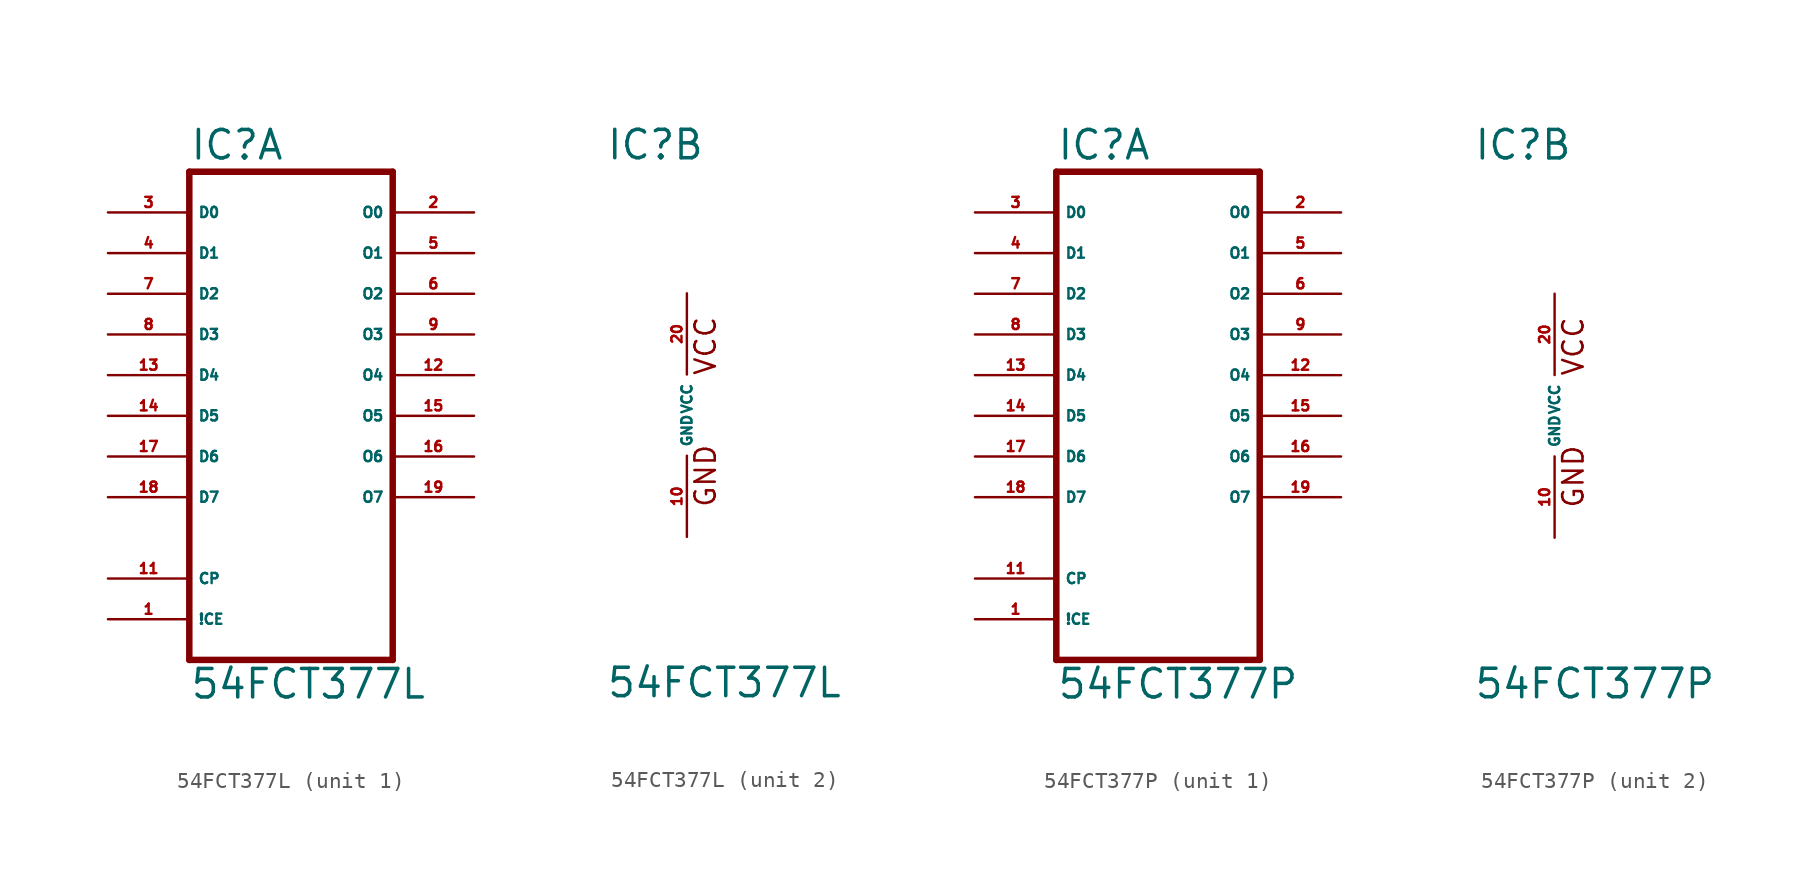
<source format=kicad_sym>
(kicad_symbol_lib
  (version 20220914)
  (generator Eagle2Kicad)
  (symbol "54FCT377L"
    (property "Reference" "IC"
      (at -5.08 15.875 0)
      (effects (font (size 1.778 1.778) (thickness 0.22)) (justify left bottom)))
    (property "Value" "54FCT377L"
      (at -5.08 -17.78 0)
      (effects (font (size 1.778 1.778) (thickness 0.22)) (justify left bottom)))
    (symbol "54FCT377L_1_0"
      (polyline (pts (xy -5.08 -15.24) (xy 7.62 -15.24)) (stroke (width 0.406) (type default)) (fill (type none)))
      (polyline (pts (xy 7.62 -15.24) (xy 7.62 15.24)) (stroke (width 0.406) (type default)) (fill (type none)))
      (polyline (pts (xy 7.62 15.24) (xy -5.08 15.24)) (stroke (width 0.406) (type default)) (fill (type none)))
      (polyline (pts (xy -5.08 15.24) (xy -5.08 -15.24)) (stroke (width 0.406) (type default)) (fill (type none)))
      (pin input line (at -10.16 12.7 0) (length 5.08) (name "D0" (effects (font (size 0.635 0.635) (thickness 0.08)) (justify left bottom))) (number "3" (effects (font (size 0.635 0.635) (thickness 0.08)) (justify left bottom))))
      (pin input line (at -10.16 10.16 0) (length 5.08) (name "D1" (effects (font (size 0.635 0.635) (thickness 0.08)) (justify left bottom))) (number "4" (effects (font (size 0.635 0.635) (thickness 0.08)) (justify left bottom))))
      (pin input line (at -10.16 7.62 0) (length 5.08) (name "D2" (effects (font (size 0.635 0.635) (thickness 0.08)) (justify left bottom))) (number "7" (effects (font (size 0.635 0.635) (thickness 0.08)) (justify left bottom))))
      (pin input line (at -10.16 5.08 0) (length 5.08) (name "D3" (effects (font (size 0.635 0.635) (thickness 0.08)) (justify left bottom))) (number "8" (effects (font (size 0.635 0.635) (thickness 0.08)) (justify left bottom))))
      (pin input line (at -10.16 2.54 0) (length 5.08) (name "D4" (effects (font (size 0.635 0.635) (thickness 0.08)) (justify left bottom))) (number "13" (effects (font (size 0.635 0.635) (thickness 0.08)) (justify left bottom))))
      (pin input line (at -10.16 0 0) (length 5.08) (name "D5" (effects (font (size 0.635 0.635) (thickness 0.08)) (justify left bottom))) (number "14" (effects (font (size 0.635 0.635) (thickness 0.08)) (justify left bottom))))
      (pin input line (at -10.16 -2.54 0) (length 5.08) (name "D6" (effects (font (size 0.635 0.635) (thickness 0.08)) (justify left bottom))) (number "17" (effects (font (size 0.635 0.635) (thickness 0.08)) (justify left bottom))))
      (pin input line (at -10.16 -5.08 0) (length 5.08) (name "D7" (effects (font (size 0.635 0.635) (thickness 0.08)) (justify left bottom))) (number "18" (effects (font (size 0.635 0.635) (thickness 0.08)) (justify left bottom))))
      (pin input line (at -10.16 -10.16 0) (length 5.08) (name "CP" (effects (font (size 0.635 0.635) (thickness 0.08)) (justify left bottom))) (number "11" (effects (font (size 0.635 0.635) (thickness 0.08)) (justify left bottom))))
      (pin input line (at -10.16 -12.7 0) (length 5.08) (name "!CE" (effects (font (size 0.635 0.635) (thickness 0.08)) (justify left bottom))) (number "1" (effects (font (size 0.635 0.635) (thickness 0.08)) (justify left bottom))))
      (pin output line (at 12.7 12.7 180) (length 5.08) (name "O0" (effects (font (size 0.635 0.635) (thickness 0.08)) (justify left bottom))) (number "2" (effects (font (size 0.635 0.635) (thickness 0.08)) (justify left bottom))))
      (pin output line (at 12.7 10.16 180) (length 5.08) (name "O1" (effects (font (size 0.635 0.635) (thickness 0.08)) (justify left bottom))) (number "5" (effects (font (size 0.635 0.635) (thickness 0.08)) (justify left bottom))))
      (pin output line (at 12.7 7.62 180) (length 5.08) (name "O2" (effects (font (size 0.635 0.635) (thickness 0.08)) (justify left bottom))) (number "6" (effects (font (size 0.635 0.635) (thickness 0.08)) (justify left bottom))))
      (pin output line (at 12.7 5.08 180) (length 5.08) (name "O3" (effects (font (size 0.635 0.635) (thickness 0.08)) (justify left bottom))) (number "9" (effects (font (size 0.635 0.635) (thickness 0.08)) (justify left bottom))))
      (pin output line (at 12.7 2.54 180) (length 5.08) (name "O4" (effects (font (size 0.635 0.635) (thickness 0.08)) (justify left bottom))) (number "12" (effects (font (size 0.635 0.635) (thickness 0.08)) (justify left bottom))))
      (pin output line (at 12.7 0 180) (length 5.08) (name "O5" (effects (font (size 0.635 0.635) (thickness 0.08)) (justify left bottom))) (number "15" (effects (font (size 0.635 0.635) (thickness 0.08)) (justify left bottom))))
      (pin output line (at 12.7 -2.54 180) (length 5.08) (name "O6" (effects (font (size 0.635 0.635) (thickness 0.08)) (justify left bottom))) (number "16" (effects (font (size 0.635 0.635) (thickness 0.08)) (justify left bottom))))
      (pin output line (at 12.7 -5.08 180) (length 5.08) (name "O7" (effects (font (size 0.635 0.635) (thickness 0.08)) (justify left bottom))) (number "19" (effects (font (size 0.635 0.635) (thickness 0.08)) (justify left bottom)))))
    (symbol "54FCT377L_2_0"
      (text "GND" (at 1.905 -5.842 900) (effects (font (size 1.27 1.27) (thickness 0.16)) (justify left bottom)))
      (text "VCC" (at 1.905 2.413 900) (effects (font (size 1.27 1.27) (thickness 0.16)) (justify left bottom)))
      (pin unspecified line (at 0 7.62 270) (length 5.08) (name "VCC" (effects (font (size 0.635 0.635) (thickness 0.08)) (justify left bottom))) (number "20" (effects (font (size 0.635 0.635) (thickness 0.08)) (justify left bottom))))
      (pin unspecified line (at 0 -7.62 90) (length 5.08) (name "GND" (effects (font (size 0.635 0.635) (thickness 0.08)) (justify left bottom))) (number "10" (effects (font (size 0.635 0.635) (thickness 0.08)) (justify left bottom))))))
  (symbol "54FCT377P"
    (property "Reference" "IC"
      (at -5.08 15.875 0)
      (effects (font (size 1.778 1.778) (thickness 0.22)) (justify left bottom)))
    (property "Value" "54FCT377P"
      (at -5.08 -17.78 0)
      (effects (font (size 1.778 1.778) (thickness 0.22)) (justify left bottom)))
    (symbol "54FCT377P_1_0"
      (polyline (pts (xy -5.08 -15.24) (xy 7.62 -15.24)) (stroke (width 0.406) (type default)) (fill (type none)))
      (polyline (pts (xy 7.62 -15.24) (xy 7.62 15.24)) (stroke (width 0.406) (type default)) (fill (type none)))
      (polyline (pts (xy 7.62 15.24) (xy -5.08 15.24)) (stroke (width 0.406) (type default)) (fill (type none)))
      (polyline (pts (xy -5.08 15.24) (xy -5.08 -15.24)) (stroke (width 0.406) (type default)) (fill (type none)))
      (pin input line (at -10.16 12.7 0) (length 5.08) (name "D0" (effects (font (size 0.635 0.635) (thickness 0.08)) (justify left bottom))) (number "3" (effects (font (size 0.635 0.635) (thickness 0.08)) (justify left bottom))))
      (pin input line (at -10.16 10.16 0) (length 5.08) (name "D1" (effects (font (size 0.635 0.635) (thickness 0.08)) (justify left bottom))) (number "4" (effects (font (size 0.635 0.635) (thickness 0.08)) (justify left bottom))))
      (pin input line (at -10.16 7.62 0) (length 5.08) (name "D2" (effects (font (size 0.635 0.635) (thickness 0.08)) (justify left bottom))) (number "7" (effects (font (size 0.635 0.635) (thickness 0.08)) (justify left bottom))))
      (pin input line (at -10.16 5.08 0) (length 5.08) (name "D3" (effects (font (size 0.635 0.635) (thickness 0.08)) (justify left bottom))) (number "8" (effects (font (size 0.635 0.635) (thickness 0.08)) (justify left bottom))))
      (pin input line (at -10.16 2.54 0) (length 5.08) (name "D4" (effects (font (size 0.635 0.635) (thickness 0.08)) (justify left bottom))) (number "13" (effects (font (size 0.635 0.635) (thickness 0.08)) (justify left bottom))))
      (pin input line (at -10.16 0 0) (length 5.08) (name "D5" (effects (font (size 0.635 0.635) (thickness 0.08)) (justify left bottom))) (number "14" (effects (font (size 0.635 0.635) (thickness 0.08)) (justify left bottom))))
      (pin input line (at -10.16 -2.54 0) (length 5.08) (name "D6" (effects (font (size 0.635 0.635) (thickness 0.08)) (justify left bottom))) (number "17" (effects (font (size 0.635 0.635) (thickness 0.08)) (justify left bottom))))
      (pin input line (at -10.16 -5.08 0) (length 5.08) (name "D7" (effects (font (size 0.635 0.635) (thickness 0.08)) (justify left bottom))) (number "18" (effects (font (size 0.635 0.635) (thickness 0.08)) (justify left bottom))))
      (pin input line (at -10.16 -10.16 0) (length 5.08) (name "CP" (effects (font (size 0.635 0.635) (thickness 0.08)) (justify left bottom))) (number "11" (effects (font (size 0.635 0.635) (thickness 0.08)) (justify left bottom))))
      (pin input line (at -10.16 -12.7 0) (length 5.08) (name "!CE" (effects (font (size 0.635 0.635) (thickness 0.08)) (justify left bottom))) (number "1" (effects (font (size 0.635 0.635) (thickness 0.08)) (justify left bottom))))
      (pin output line (at 12.7 12.7 180) (length 5.08) (name "O0" (effects (font (size 0.635 0.635) (thickness 0.08)) (justify left bottom))) (number "2" (effects (font (size 0.635 0.635) (thickness 0.08)) (justify left bottom))))
      (pin output line (at 12.7 10.16 180) (length 5.08) (name "O1" (effects (font (size 0.635 0.635) (thickness 0.08)) (justify left bottom))) (number "5" (effects (font (size 0.635 0.635) (thickness 0.08)) (justify left bottom))))
      (pin output line (at 12.7 7.62 180) (length 5.08) (name "O2" (effects (font (size 0.635 0.635) (thickness 0.08)) (justify left bottom))) (number "6" (effects (font (size 0.635 0.635) (thickness 0.08)) (justify left bottom))))
      (pin output line (at 12.7 5.08 180) (length 5.08) (name "O3" (effects (font (size 0.635 0.635) (thickness 0.08)) (justify left bottom))) (number "9" (effects (font (size 0.635 0.635) (thickness 0.08)) (justify left bottom))))
      (pin output line (at 12.7 2.54 180) (length 5.08) (name "O4" (effects (font (size 0.635 0.635) (thickness 0.08)) (justify left bottom))) (number "12" (effects (font (size 0.635 0.635) (thickness 0.08)) (justify left bottom))))
      (pin output line (at 12.7 0 180) (length 5.08) (name "O5" (effects (font (size 0.635 0.635) (thickness 0.08)) (justify left bottom))) (number "15" (effects (font (size 0.635 0.635) (thickness 0.08)) (justify left bottom))))
      (pin output line (at 12.7 -2.54 180) (length 5.08) (name "O6" (effects (font (size 0.635 0.635) (thickness 0.08)) (justify left bottom))) (number "16" (effects (font (size 0.635 0.635) (thickness 0.08)) (justify left bottom))))
      (pin output line (at 12.7 -5.08 180) (length 5.08) (name "O7" (effects (font (size 0.635 0.635) (thickness 0.08)) (justify left bottom))) (number "19" (effects (font (size 0.635 0.635) (thickness 0.08)) (justify left bottom)))))
    (symbol "54FCT377P_2_0"
      (text "GND" (at 1.905 -5.842 900) (effects (font (size 1.27 1.27) (thickness 0.16)) (justify left bottom)))
      (text "VCC" (at 1.905 2.413 900) (effects (font (size 1.27 1.27) (thickness 0.16)) (justify left bottom)))
      (pin unspecified line (at 0 7.62 270) (length 5.08) (name "VCC" (effects (font (size 0.635 0.635) (thickness 0.08)) (justify left bottom))) (number "20" (effects (font (size 0.635 0.635) (thickness 0.08)) (justify left bottom))))
      (pin unspecified line (at 0 -7.62 90) (length 5.08) (name "GND" (effects (font (size 0.635 0.635) (thickness 0.08)) (justify left bottom))) (number "10" (effects (font (size 0.635 0.635) (thickness 0.08)) (justify left bottom)))))))
</source>
